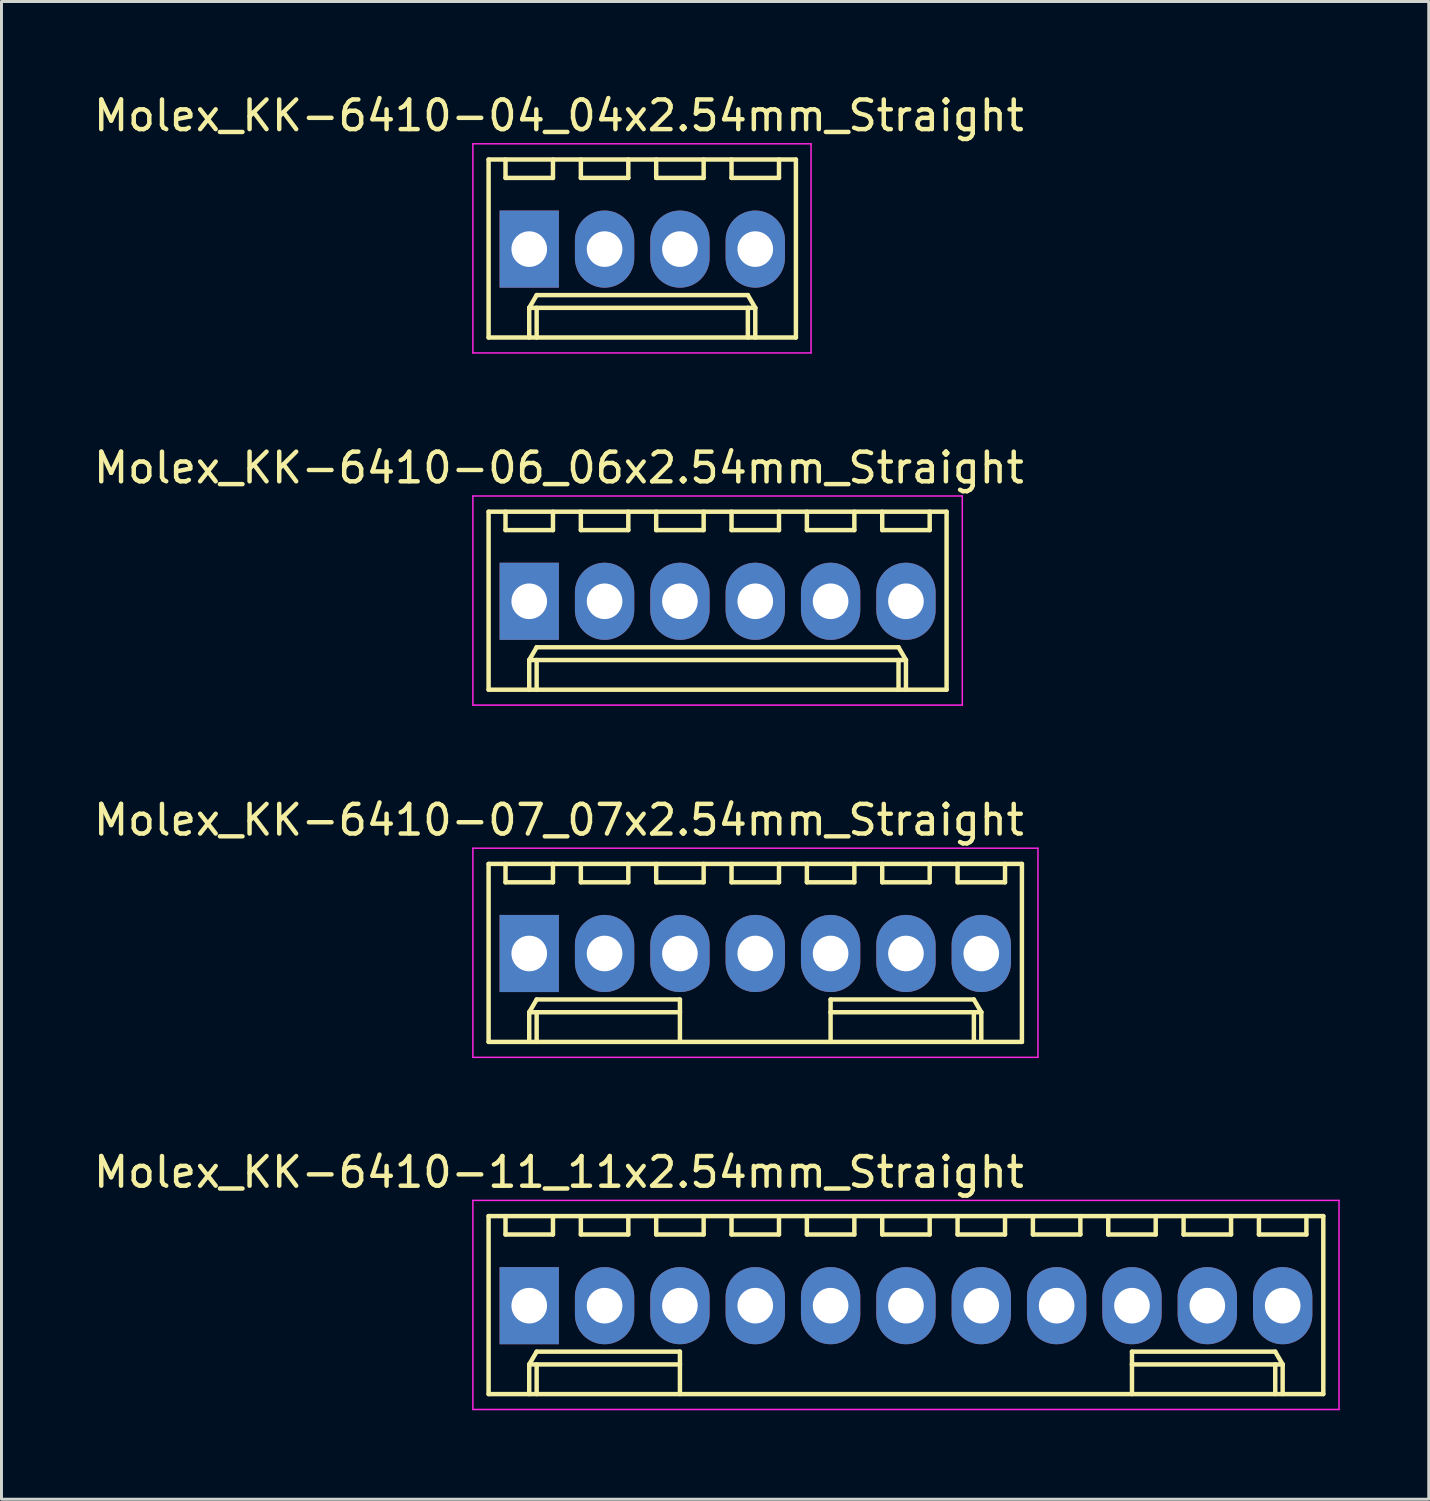
<source format=kicad_pcb>
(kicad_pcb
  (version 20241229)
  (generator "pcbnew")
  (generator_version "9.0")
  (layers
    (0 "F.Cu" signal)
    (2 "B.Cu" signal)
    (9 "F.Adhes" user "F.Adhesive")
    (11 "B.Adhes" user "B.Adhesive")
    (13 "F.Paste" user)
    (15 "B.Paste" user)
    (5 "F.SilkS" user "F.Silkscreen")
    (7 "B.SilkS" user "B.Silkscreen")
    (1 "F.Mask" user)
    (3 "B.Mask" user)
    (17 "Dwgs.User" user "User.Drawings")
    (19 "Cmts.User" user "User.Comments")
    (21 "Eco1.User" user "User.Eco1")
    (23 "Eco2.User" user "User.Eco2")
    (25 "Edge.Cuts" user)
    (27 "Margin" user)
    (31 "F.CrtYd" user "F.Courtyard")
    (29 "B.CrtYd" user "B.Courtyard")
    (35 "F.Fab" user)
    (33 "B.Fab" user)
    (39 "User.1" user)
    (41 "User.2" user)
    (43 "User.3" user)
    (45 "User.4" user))
  (footprint "Molex_KK-6410-04_04x2.54mm_Straight"
    (layer "F.Cu")
    (at 14.792 5.348)
    (property "Reference" "Molex_KK-6410-04_04x2.54mm_Straight" (at 1 -4.5 0) (layer "F.SilkS") (effects (font (size 1 1) (thickness 0.15))))
    (attr through_hole)
    (fp_line (start -1.37 -3.02) (end -1.37 2.98) (stroke (width 0.15) (type solid)) (layer "F.SilkS"))
    (fp_line (start -1.37 2.98) (end 8.99 2.98) (stroke (width 0.15) (type solid)) (layer "F.SilkS"))
    (fp_line (start -0.8 -3.02) (end -0.8 -2.4) (stroke (width 0.15) (type solid)) (layer "F.SilkS"))
    (fp_line (start -0.8 -2.4) (end 0.8 -2.4) (stroke (width 0.15) (type solid)) (layer "F.SilkS"))
    (fp_line (start 0 1.98) (end 0.25 1.55) (stroke (width 0.15) (type solid)) (layer "F.SilkS"))
    (fp_line (start 0 1.98) (end 7.62 1.98) (stroke (width 0.15) (type solid)) (layer "F.SilkS"))
    (fp_line (start 0 2.98) (end 0 1.98) (stroke (width 0.15) (type solid)) (layer "F.SilkS"))
    (fp_line (start 0.25 1.55) (end 7.37 1.55) (stroke (width 0.15) (type solid)) (layer "F.SilkS"))
    (fp_line (start 0.25 2.98) (end 0.25 1.98) (stroke (width 0.15) (type solid)) (layer "F.SilkS"))
    (fp_line (start 0.8 -2.4) (end 0.8 -3.02) (stroke (width 0.15) (type solid)) (layer "F.SilkS"))
    (fp_line (start 1.74 -3.02) (end 1.74 -2.4) (stroke (width 0.15) (type solid)) (layer "F.SilkS"))
    (fp_line (start 1.74 -2.4) (end 3.34 -2.4) (stroke (width 0.15) (type solid)) (layer "F.SilkS"))
    (fp_line (start 3.34 -2.4) (end 3.34 -3.02) (stroke (width 0.15) (type solid)) (layer "F.SilkS"))
    (fp_line (start 4.28 -3.02) (end 4.28 -2.4) (stroke (width 0.15) (type solid)) (layer "F.SilkS"))
    (fp_line (start 4.28 -2.4) (end 5.88 -2.4) (stroke (width 0.15) (type solid)) (layer "F.SilkS"))
    (fp_line (start 5.88 -2.4) (end 5.88 -3.02) (stroke (width 0.15) (type solid)) (layer "F.SilkS"))
    (fp_line (start 6.82 -3.02) (end 6.82 -2.4) (stroke (width 0.15) (type solid)) (layer "F.SilkS"))
    (fp_line (start 6.82 -2.4) (end 8.42 -2.4) (stroke (width 0.15) (type solid)) (layer "F.SilkS"))
    (fp_line (start 7.37 1.55) (end 7.62 1.98) (stroke (width 0.15) (type solid)) (layer "F.SilkS"))
    (fp_line (start 7.37 2.98) (end 7.37 1.98) (stroke (width 0.15) (type solid)) (layer "F.SilkS"))
    (fp_line (start 7.62 1.98) (end 7.62 2.98) (stroke (width 0.15) (type solid)) (layer "F.SilkS"))
    (fp_line (start 8.42 -2.4) (end 8.42 -3.02) (stroke (width 0.15) (type solid)) (layer "F.SilkS"))
    (fp_line (start 8.99 -3.02) (end -1.37 -3.02) (stroke (width 0.15) (type solid)) (layer "F.SilkS"))
    (fp_line (start 8.99 2.98) (end 8.99 -3.02) (stroke (width 0.15) (type solid)) (layer "F.SilkS"))
    (fp_line (start -1.9 -3.55) (end 9.5 -3.55) (stroke (width 0.05) (type solid)) (layer "F.CrtYd"))
    (fp_line (start -1.9 3.5) (end -1.9 -3.55) (stroke (width 0.05) (type solid)) (layer "F.CrtYd"))
    (fp_line (start 9.5 -3.55) (end 9.5 3.5) (stroke (width 0.05) (type solid)) (layer "F.CrtYd"))
    (fp_line (start 9.5 3.5) (end -1.9 3.5) (stroke (width 0.05) (type solid)) (layer "F.CrtYd"))
    (pad "1" thru_hole rect (at 0 0) (size 2 2.6) (drill 1.2) (layers "*.Cu" "*.Mask"))
    (pad "2" thru_hole oval (at 2.54 0) (size 2 2.6) (drill 1.2) (layers "*.Cu" "*.Mask"))
    (pad "3" thru_hole oval (at 5.08 0) (size 2 2.6) (drill 1.2) (layers "*.Cu" "*.Mask"))
    (pad "4" thru_hole oval (at 7.62 0) (size 2 2.6) (drill 1.2) (layers "*.Cu" "*.Mask")))
  (footprint "Molex_KK-6410-07_07x2.54mm_Straight"
    (layer "F.Cu")
    (at 14.792 29.095)
    (property "Reference" "Molex_KK-6410-07_07x2.54mm_Straight" (at 1 -4.5 0) (layer "F.SilkS") (effects (font (size 1 1) (thickness 0.15))))
    (attr through_hole)
    (fp_line (start -1.37 -3.02) (end -1.37 2.98) (stroke (width 0.15) (type solid)) (layer "F.SilkS"))
    (fp_line (start -1.37 2.98) (end 16.61 2.98) (stroke (width 0.15) (type solid)) (layer "F.SilkS"))
    (fp_line (start -0.8 -3.02) (end -0.8 -2.4) (stroke (width 0.15) (type solid)) (layer "F.SilkS"))
    (fp_line (start -0.8 -2.4) (end 0.8 -2.4) (stroke (width 0.15) (type solid)) (layer "F.SilkS"))
    (fp_line (start 0 1.98) (end 0.25 1.55) (stroke (width 0.15) (type solid)) (layer "F.SilkS"))
    (fp_line (start 0 1.98) (end 5.08 1.98) (stroke (width 0.15) (type solid)) (layer "F.SilkS"))
    (fp_line (start 0 2.98) (end 0 1.98) (stroke (width 0.15) (type solid)) (layer "F.SilkS"))
    (fp_line (start 0.25 1.55) (end 5.08 1.55) (stroke (width 0.15) (type solid)) (layer "F.SilkS"))
    (fp_line (start 0.25 2.98) (end 0.25 1.98) (stroke (width 0.15) (type solid)) (layer "F.SilkS"))
    (fp_line (start 0.8 -2.4) (end 0.8 -3.02) (stroke (width 0.15) (type solid)) (layer "F.SilkS"))
    (fp_line (start 1.74 -3.02) (end 1.74 -2.4) (stroke (width 0.15) (type solid)) (layer "F.SilkS"))
    (fp_line (start 1.74 -2.4) (end 3.34 -2.4) (stroke (width 0.15) (type solid)) (layer "F.SilkS"))
    (fp_line (start 3.34 -2.4) (end 3.34 -3.02) (stroke (width 0.15) (type solid)) (layer "F.SilkS"))
    (fp_line (start 4.28 -3.02) (end 4.28 -2.4) (stroke (width 0.15) (type solid)) (layer "F.SilkS"))
    (fp_line (start 4.28 -2.4) (end 5.88 -2.4) (stroke (width 0.15) (type solid)) (layer "F.SilkS"))
    (fp_line (start 5.08 1.55) (end 5.08 1.98) (stroke (width 0.15) (type solid)) (layer "F.SilkS"))
    (fp_line (start 5.08 1.98) (end 5.08 2.98) (stroke (width 0.15) (type solid)) (layer "F.SilkS"))
    (fp_line (start 5.88 -2.4) (end 5.88 -3.02) (stroke (width 0.15) (type solid)) (layer "F.SilkS"))
    (fp_line (start 6.82 -3.02) (end 6.82 -2.4) (stroke (width 0.15) (type solid)) (layer "F.SilkS"))
    (fp_line (start 6.82 -2.4) (end 8.42 -2.4) (stroke (width 0.15) (type solid)) (layer "F.SilkS"))
    (fp_line (start 8.42 -2.4) (end 8.42 -3.02) (stroke (width 0.15) (type solid)) (layer "F.SilkS"))
    (fp_line (start 9.36 -3.02) (end 9.36 -2.4) (stroke (width 0.15) (type solid)) (layer "F.SilkS"))
    (fp_line (start 9.36 -2.4) (end 10.96 -2.4) (stroke (width 0.15) (type solid)) (layer "F.SilkS"))
    (fp_line (start 10.16 1.55) (end 10.16 1.98) (stroke (width 0.15) (type solid)) (layer "F.SilkS"))
    (fp_line (start 10.16 1.98) (end 10.16 2.98) (stroke (width 0.15) (type solid)) (layer "F.SilkS"))
    (fp_line (start 10.96 -2.4) (end 10.96 -3.02) (stroke (width 0.15) (type solid)) (layer "F.SilkS"))
    (fp_line (start 11.9 -3.02) (end 11.9 -2.4) (stroke (width 0.15) (type solid)) (layer "F.SilkS"))
    (fp_line (start 11.9 -2.4) (end 13.5 -2.4) (stroke (width 0.15) (type solid)) (layer "F.SilkS"))
    (fp_line (start 13.5 -2.4) (end 13.5 -3.02) (stroke (width 0.15) (type solid)) (layer "F.SilkS"))
    (fp_line (start 14.44 -3.02) (end 14.44 -2.4) (stroke (width 0.15) (type solid)) (layer "F.SilkS"))
    (fp_line (start 14.44 -2.4) (end 16.04 -2.4) (stroke (width 0.15) (type solid)) (layer "F.SilkS"))
    (fp_line (start 14.99 1.55) (end 10.16 1.55) (stroke (width 0.15) (type solid)) (layer "F.SilkS"))
    (fp_line (start 14.99 2.98) (end 14.99 1.98) (stroke (width 0.15) (type solid)) (layer "F.SilkS"))
    (fp_line (start 15.24 1.98) (end 10.16 1.98) (stroke (width 0.15) (type solid)) (layer "F.SilkS"))
    (fp_line (start 15.24 1.98) (end 14.99 1.55) (stroke (width 0.15) (type solid)) (layer "F.SilkS"))
    (fp_line (start 15.24 2.98) (end 15.24 1.98) (stroke (width 0.15) (type solid)) (layer "F.SilkS"))
    (fp_line (start 16.04 -2.4) (end 16.04 -3.02) (stroke (width 0.15) (type solid)) (layer "F.SilkS"))
    (fp_line (start 16.61 -3.02) (end -1.37 -3.02) (stroke (width 0.15) (type solid)) (layer "F.SilkS"))
    (fp_line (start 16.61 2.98) (end 16.61 -3.02) (stroke (width 0.15) (type solid)) (layer "F.SilkS"))
    (fp_line (start -1.9 -3.55) (end 17.15 -3.55) (stroke (width 0.05) (type solid)) (layer "F.CrtYd"))
    (fp_line (start -1.9 3.5) (end -1.9 -3.55) (stroke (width 0.05) (type solid)) (layer "F.CrtYd"))
    (fp_line (start 17.15 -3.55) (end 17.15 3.5) (stroke (width 0.05) (type solid)) (layer "F.CrtYd"))
    (fp_line (start 17.15 3.5) (end -1.9 3.5) (stroke (width 0.05) (type solid)) (layer "F.CrtYd"))
    (pad "1" thru_hole rect (at 0 0) (size 2 2.6) (drill 1.2) (layers "*.Cu" "*.Mask"))
    (pad "2" thru_hole oval (at 2.54 0) (size 2 2.6) (drill 1.2) (layers "*.Cu" "*.Mask"))
    (pad "3" thru_hole oval (at 5.08 0) (size 2 2.6) (drill 1.2) (layers "*.Cu" "*.Mask"))
    (pad "4" thru_hole oval (at 7.62 0) (size 2 2.6) (drill 1.2) (layers "*.Cu" "*.Mask"))
    (pad "5" thru_hole oval (at 10.16 0) (size 2 2.6) (drill 1.2) (layers "*.Cu" "*.Mask"))
    (pad "6" thru_hole oval (at 12.7 0) (size 2 2.6) (drill 1.2) (layers "*.Cu" "*.Mask"))
    (pad "7" thru_hole oval (at 15.24 0) (size 2 2.6) (drill 1.2) (layers "*.Cu" "*.Mask")))
  (footprint "Molex_KK-6410-11_11x2.54mm_Straight"
    (layer "F.Cu")
    (at 14.792 40.968)
    (property "Reference" "Molex_KK-6410-11_11x2.54mm_Straight" (at 1 -4.5 0) (layer "F.SilkS") (effects (font (size 1 1) (thickness 0.15))))
    (attr through_hole)
    (fp_line (start -1.37 -3.02) (end -1.37 2.98) (stroke (width 0.15) (type solid)) (layer "F.SilkS"))
    (fp_line (start -1.37 2.98) (end 26.77 2.98) (stroke (width 0.15) (type solid)) (layer "F.SilkS"))
    (fp_line (start -0.8 -3.02) (end -0.8 -2.4) (stroke (width 0.15) (type solid)) (layer "F.SilkS"))
    (fp_line (start -0.8 -2.4) (end 0.8 -2.4) (stroke (width 0.15) (type solid)) (layer "F.SilkS"))
    (fp_line (start 0 1.98) (end 0.25 1.55) (stroke (width 0.15) (type solid)) (layer "F.SilkS"))
    (fp_line (start 0 1.98) (end 5.08 1.98) (stroke (width 0.15) (type solid)) (layer "F.SilkS"))
    (fp_line (start 0 2.98) (end 0 1.98) (stroke (width 0.15) (type solid)) (layer "F.SilkS"))
    (fp_line (start 0.25 1.55) (end 5.08 1.55) (stroke (width 0.15) (type solid)) (layer "F.SilkS"))
    (fp_line (start 0.25 2.98) (end 0.25 1.98) (stroke (width 0.15) (type solid)) (layer "F.SilkS"))
    (fp_line (start 0.8 -2.4) (end 0.8 -3.02) (stroke (width 0.15) (type solid)) (layer "F.SilkS"))
    (fp_line (start 1.74 -3.02) (end 1.74 -2.4) (stroke (width 0.15) (type solid)) (layer "F.SilkS"))
    (fp_line (start 1.74 -2.4) (end 3.34 -2.4) (stroke (width 0.15) (type solid)) (layer "F.SilkS"))
    (fp_line (start 3.34 -2.4) (end 3.34 -3.02) (stroke (width 0.15) (type solid)) (layer "F.SilkS"))
    (fp_line (start 4.28 -3.02) (end 4.28 -2.4) (stroke (width 0.15) (type solid)) (layer "F.SilkS"))
    (fp_line (start 4.28 -2.4) (end 5.88 -2.4) (stroke (width 0.15) (type solid)) (layer "F.SilkS"))
    (fp_line (start 5.08 1.55) (end 5.08 1.98) (stroke (width 0.15) (type solid)) (layer "F.SilkS"))
    (fp_line (start 5.08 1.98) (end 5.08 2.98) (stroke (width 0.15) (type solid)) (layer "F.SilkS"))
    (fp_line (start 5.88 -2.4) (end 5.88 -3.02) (stroke (width 0.15) (type solid)) (layer "F.SilkS"))
    (fp_line (start 6.82 -3.02) (end 6.82 -2.4) (stroke (width 0.15) (type solid)) (layer "F.SilkS"))
    (fp_line (start 6.82 -2.4) (end 8.42 -2.4) (stroke (width 0.15) (type solid)) (layer "F.SilkS"))
    (fp_line (start 8.42 -2.4) (end 8.42 -3.02) (stroke (width 0.15) (type solid)) (layer "F.SilkS"))
    (fp_line (start 9.36 -3.02) (end 9.36 -2.4) (stroke (width 0.15) (type solid)) (layer "F.SilkS"))
    (fp_line (start 9.36 -2.4) (end 10.96 -2.4) (stroke (width 0.15) (type solid)) (layer "F.SilkS"))
    (fp_line (start 10.96 -2.4) (end 10.96 -3.02) (stroke (width 0.15) (type solid)) (layer "F.SilkS"))
    (fp_line (start 11.9 -3.02) (end 11.9 -2.4) (stroke (width 0.15) (type solid)) (layer "F.SilkS"))
    (fp_line (start 11.9 -2.4) (end 13.5 -2.4) (stroke (width 0.15) (type solid)) (layer "F.SilkS"))
    (fp_line (start 13.5 -2.4) (end 13.5 -3.02) (stroke (width 0.15) (type solid)) (layer "F.SilkS"))
    (fp_line (start 14.44 -3.02) (end 14.44 -2.4) (stroke (width 0.15) (type solid)) (layer "F.SilkS"))
    (fp_line (start 14.44 -2.4) (end 16.04 -2.4) (stroke (width 0.15) (type solid)) (layer "F.SilkS"))
    (fp_line (start 16.04 -2.4) (end 16.04 -3.02) (stroke (width 0.15) (type solid)) (layer "F.SilkS"))
    (fp_line (start 16.98 -3.02) (end 16.98 -2.4) (stroke (width 0.15) (type solid)) (layer "F.SilkS"))
    (fp_line (start 16.98 -2.4) (end 18.58 -2.4) (stroke (width 0.15) (type solid)) (layer "F.SilkS"))
    (fp_line (start 18.58 -2.4) (end 18.58 -3.02) (stroke (width 0.15) (type solid)) (layer "F.SilkS"))
    (fp_line (start 19.52 -3.02) (end 19.52 -2.4) (stroke (width 0.15) (type solid)) (layer "F.SilkS"))
    (fp_line (start 19.52 -2.4) (end 21.12 -2.4) (stroke (width 0.15) (type solid)) (layer "F.SilkS"))
    (fp_line (start 20.32 1.55) (end 20.32 1.98) (stroke (width 0.15) (type solid)) (layer "F.SilkS"))
    (fp_line (start 20.32 1.98) (end 20.32 2.98) (stroke (width 0.15) (type solid)) (layer "F.SilkS"))
    (fp_line (start 21.12 -2.4) (end 21.12 -3.02) (stroke (width 0.15) (type solid)) (layer "F.SilkS"))
    (fp_line (start 22.06 -3.02) (end 22.06 -2.4) (stroke (width 0.15) (type solid)) (layer "F.SilkS"))
    (fp_line (start 22.06 -2.4) (end 23.66 -2.4) (stroke (width 0.15) (type solid)) (layer "F.SilkS"))
    (fp_line (start 23.66 -2.4) (end 23.66 -3.02) (stroke (width 0.15) (type solid)) (layer "F.SilkS"))
    (fp_line (start 24.6 -3.02) (end 24.6 -2.4) (stroke (width 0.15) (type solid)) (layer "F.SilkS"))
    (fp_line (start 24.6 -2.4) (end 26.2 -2.4) (stroke (width 0.15) (type solid)) (layer "F.SilkS"))
    (fp_line (start 25.15 1.55) (end 20.32 1.55) (stroke (width 0.15) (type solid)) (layer "F.SilkS"))
    (fp_line (start 25.15 2.98) (end 25.15 1.98) (stroke (width 0.15) (type solid)) (layer "F.SilkS"))
    (fp_line (start 25.4 1.98) (end 20.32 1.98) (stroke (width 0.15) (type solid)) (layer "F.SilkS"))
    (fp_line (start 25.4 1.98) (end 25.15 1.55) (stroke (width 0.15) (type solid)) (layer "F.SilkS"))
    (fp_line (start 25.4 2.98) (end 25.4 1.98) (stroke (width 0.15) (type solid)) (layer "F.SilkS"))
    (fp_line (start 26.2 -2.4) (end 26.2 -3.02) (stroke (width 0.15) (type solid)) (layer "F.SilkS"))
    (fp_line (start 26.77 -3.02) (end -1.37 -3.02) (stroke (width 0.15) (type solid)) (layer "F.SilkS"))
    (fp_line (start 26.77 2.98) (end 26.77 -3.02) (stroke (width 0.15) (type solid)) (layer "F.SilkS"))
    (fp_line (start -1.9 -3.55) (end 27.3 -3.55) (stroke (width 0.05) (type solid)) (layer "F.CrtYd"))
    (fp_line (start -1.9 3.5) (end -1.9 -3.55) (stroke (width 0.05) (type solid)) (layer "F.CrtYd"))
    (fp_line (start 27.3 -3.55) (end 27.3 3.5) (stroke (width 0.05) (type solid)) (layer "F.CrtYd"))
    (fp_line (start 27.3 3.5) (end -1.9 3.5) (stroke (width 0.05) (type solid)) (layer "F.CrtYd"))
    (pad "1" thru_hole rect (at 0 0) (size 2 2.6) (drill 1.2) (layers "*.Cu" "*.Mask"))
    (pad "2" thru_hole oval (at 2.54 0) (size 2 2.6) (drill 1.2) (layers "*.Cu" "*.Mask"))
    (pad "3" thru_hole oval (at 5.08 0) (size 2 2.6) (drill 1.2) (layers "*.Cu" "*.Mask"))
    (pad "4" thru_hole oval (at 7.62 0) (size 2 2.6) (drill 1.2) (layers "*.Cu" "*.Mask"))
    (pad "5" thru_hole oval (at 10.16 0) (size 2 2.6) (drill 1.2) (layers "*.Cu" "*.Mask"))
    (pad "6" thru_hole oval (at 12.7 0) (size 2 2.6) (drill 1.2) (layers "*.Cu" "*.Mask"))
    (pad "7" thru_hole oval (at 15.24 0) (size 2 2.6) (drill 1.2) (layers "*.Cu" "*.Mask"))
    (pad "8" thru_hole oval (at 17.78 0) (size 2 2.6) (drill 1.2) (layers "*.Cu" "*.Mask"))
    (pad "9" thru_hole oval (at 20.32 0) (size 2 2.6) (drill 1.2) (layers "*.Cu" "*.Mask"))
    (pad "10" thru_hole oval (at 22.86 0) (size 2 2.6) (drill 1.2) (layers "*.Cu" "*.Mask"))
    (pad "11" thru_hole oval (at 25.4 0) (size 2 2.6) (drill 1.2) (layers "*.Cu" "*.Mask")))
  (footprint "Molex_KK-6410-06_06x2.54mm_Straight"
    (layer "F.Cu")
    (at 14.792 17.221)
    (property "Reference" "Molex_KK-6410-06_06x2.54mm_Straight" (at 1 -4.5 0) (layer "F.SilkS") (effects (font (size 1 1) (thickness 0.15))))
    (attr through_hole)
    (fp_line (start -1.37 -3.02) (end -1.37 2.98) (stroke (width 0.15) (type solid)) (layer "F.SilkS"))
    (fp_line (start -1.37 2.98) (end 14.07 2.98) (stroke (width 0.15) (type solid)) (layer "F.SilkS"))
    (fp_line (start -0.8 -3.02) (end -0.8 -2.4) (stroke (width 0.15) (type solid)) (layer "F.SilkS"))
    (fp_line (start -0.8 -2.4) (end 0.8 -2.4) (stroke (width 0.15) (type solid)) (layer "F.SilkS"))
    (fp_line (start 0 1.98) (end 0.25 1.55) (stroke (width 0.15) (type solid)) (layer "F.SilkS"))
    (fp_line (start 0 1.98) (end 12.7 1.98) (stroke (width 0.15) (type solid)) (layer "F.SilkS"))
    (fp_line (start 0 2.98) (end 0 1.98) (stroke (width 0.15) (type solid)) (layer "F.SilkS"))
    (fp_line (start 0.25 1.55) (end 12.45 1.55) (stroke (width 0.15) (type solid)) (layer "F.SilkS"))
    (fp_line (start 0.25 2.98) (end 0.25 1.98) (stroke (width 0.15) (type solid)) (layer "F.SilkS"))
    (fp_line (start 0.8 -2.4) (end 0.8 -3.02) (stroke (width 0.15) (type solid)) (layer "F.SilkS"))
    (fp_line (start 1.74 -3.02) (end 1.74 -2.4) (stroke (width 0.15) (type solid)) (layer "F.SilkS"))
    (fp_line (start 1.74 -2.4) (end 3.34 -2.4) (stroke (width 0.15) (type solid)) (layer "F.SilkS"))
    (fp_line (start 3.34 -2.4) (end 3.34 -3.02) (stroke (width 0.15) (type solid)) (layer "F.SilkS"))
    (fp_line (start 4.28 -3.02) (end 4.28 -2.4) (stroke (width 0.15) (type solid)) (layer "F.SilkS"))
    (fp_line (start 4.28 -2.4) (end 5.88 -2.4) (stroke (width 0.15) (type solid)) (layer "F.SilkS"))
    (fp_line (start 5.88 -2.4) (end 5.88 -3.02) (stroke (width 0.15) (type solid)) (layer "F.SilkS"))
    (fp_line (start 6.82 -3.02) (end 6.82 -2.4) (stroke (width 0.15) (type solid)) (layer "F.SilkS"))
    (fp_line (start 6.82 -2.4) (end 8.42 -2.4) (stroke (width 0.15) (type solid)) (layer "F.SilkS"))
    (fp_line (start 8.42 -2.4) (end 8.42 -3.02) (stroke (width 0.15) (type solid)) (layer "F.SilkS"))
    (fp_line (start 9.36 -3.02) (end 9.36 -2.4) (stroke (width 0.15) (type solid)) (layer "F.SilkS"))
    (fp_line (start 9.36 -2.4) (end 10.96 -2.4) (stroke (width 0.15) (type solid)) (layer "F.SilkS"))
    (fp_line (start 10.96 -2.4) (end 10.96 -3.02) (stroke (width 0.15) (type solid)) (layer "F.SilkS"))
    (fp_line (start 11.9 -3.02) (end 11.9 -2.4) (stroke (width 0.15) (type solid)) (layer "F.SilkS"))
    (fp_line (start 11.9 -2.4) (end 13.5 -2.4) (stroke (width 0.15) (type solid)) (layer "F.SilkS"))
    (fp_line (start 12.45 1.55) (end 12.7 1.98) (stroke (width 0.15) (type solid)) (layer "F.SilkS"))
    (fp_line (start 12.45 2.98) (end 12.45 1.98) (stroke (width 0.15) (type solid)) (layer "F.SilkS"))
    (fp_line (start 12.7 1.98) (end 12.7 2.98) (stroke (width 0.15) (type solid)) (layer "F.SilkS"))
    (fp_line (start 13.5 -2.4) (end 13.5 -3.02) (stroke (width 0.15) (type solid)) (layer "F.SilkS"))
    (fp_line (start 14.07 -3.02) (end -1.37 -3.02) (stroke (width 0.15) (type solid)) (layer "F.SilkS"))
    (fp_line (start 14.07 2.98) (end 14.07 -3.02) (stroke (width 0.15) (type solid)) (layer "F.SilkS"))
    (fp_line (start -1.9 -3.55) (end 14.6 -3.55) (stroke (width 0.05) (type solid)) (layer "F.CrtYd"))
    (fp_line (start -1.9 3.5) (end -1.9 -3.55) (stroke (width 0.05) (type solid)) (layer "F.CrtYd"))
    (fp_line (start 14.6 -3.55) (end 14.6 3.5) (stroke (width 0.05) (type solid)) (layer "F.CrtYd"))
    (fp_line (start 14.6 3.5) (end -1.9 3.5) (stroke (width 0.05) (type solid)) (layer "F.CrtYd"))
    (pad "1" thru_hole rect (at 0 0) (size 2 2.6) (drill 1.2) (layers "*.Cu" "*.Mask"))
    (pad "2" thru_hole oval (at 2.54 0) (size 2 2.6) (drill 1.2) (layers "*.Cu" "*.Mask"))
    (pad "3" thru_hole oval (at 5.08 0) (size 2 2.6) (drill 1.2) (layers "*.Cu" "*.Mask"))
    (pad "4" thru_hole oval (at 7.62 0) (size 2 2.6) (drill 1.2) (layers "*.Cu" "*.Mask"))
    (pad "5" thru_hole oval (at 10.16 0) (size 2 2.6) (drill 1.2) (layers "*.Cu" "*.Mask"))
    (pad "6" thru_hole oval (at 12.7 0) (size 2 2.6) (drill 1.2) (layers "*.Cu" "*.Mask")))
  (gr_rect
    (start -3 -3)
    (end 45.117 47.493)
    (stroke (width 0.1) (type default))
    (fill no)
    (layer "Edge.Cuts")))
</source>
